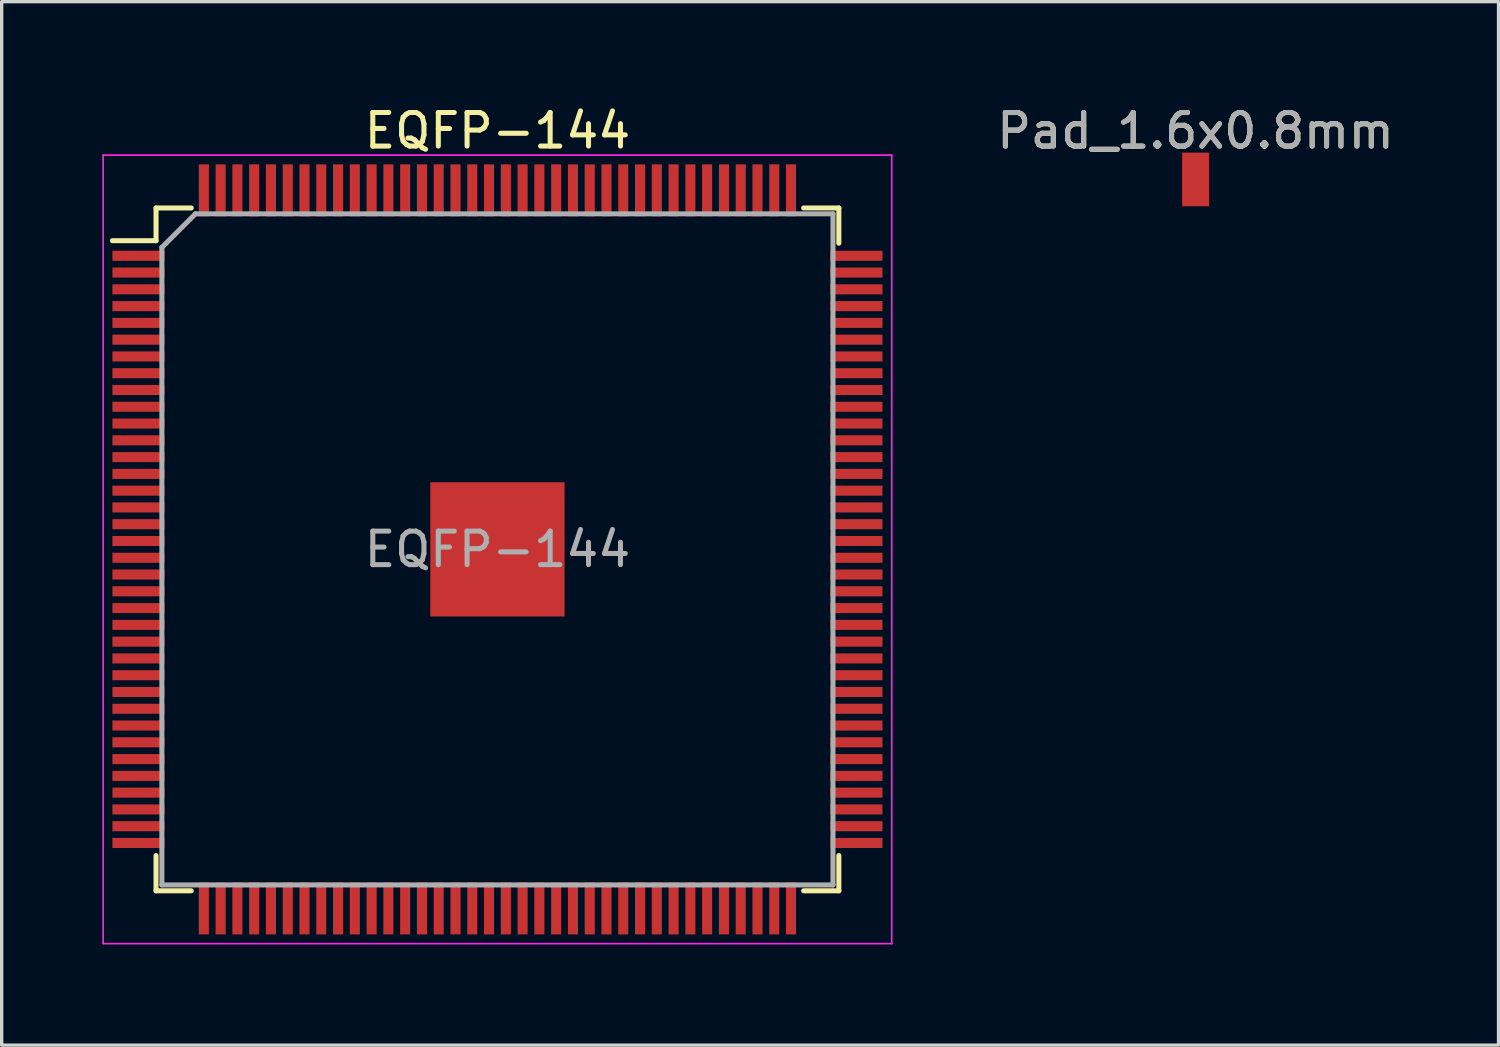
<source format=kicad_pcb>
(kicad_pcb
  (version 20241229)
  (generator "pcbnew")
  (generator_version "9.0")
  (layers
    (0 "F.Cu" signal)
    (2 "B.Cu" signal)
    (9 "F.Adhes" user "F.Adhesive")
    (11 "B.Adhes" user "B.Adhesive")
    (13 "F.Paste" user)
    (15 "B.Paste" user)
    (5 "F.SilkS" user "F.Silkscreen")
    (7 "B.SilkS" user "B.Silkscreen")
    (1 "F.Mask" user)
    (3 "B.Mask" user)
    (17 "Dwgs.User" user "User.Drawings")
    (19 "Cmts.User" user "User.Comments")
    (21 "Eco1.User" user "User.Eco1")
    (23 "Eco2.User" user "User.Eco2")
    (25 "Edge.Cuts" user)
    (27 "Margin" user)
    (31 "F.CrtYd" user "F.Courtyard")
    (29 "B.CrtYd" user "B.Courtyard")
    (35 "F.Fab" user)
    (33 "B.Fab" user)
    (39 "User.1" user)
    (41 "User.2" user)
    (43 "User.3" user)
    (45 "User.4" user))
  (footprint "EQFP-144"
    (layer "F.Cu")
    (at 11.775 13.323)
    (property "Reference" "EQFP-144" (at 0 -12.475 0) (layer "F.SilkS") (effects (font (size 1 1) (thickness 0.15))))
    (attr smd)
    (fp_line (start -10.175 -10.175) (end -10.175 -9.2) (stroke (width 0.15) (type solid)) (layer "F.SilkS"))
    (fp_line (start -10.175 -10.175) (end -9.125 -10.175) (stroke (width 0.15) (type solid)) (layer "F.SilkS"))
    (fp_line (start -10.175 -9.2) (end -11.475 -9.2) (stroke (width 0.15) (type solid)) (layer "F.SilkS"))
    (fp_line (start -10.175 10.175) (end -10.175 9.125) (stroke (width 0.15) (type solid)) (layer "F.SilkS"))
    (fp_line (start -10.175 10.175) (end -9.125 10.175) (stroke (width 0.15) (type solid)) (layer "F.SilkS"))
    (fp_line (start 10.175 -10.175) (end 9.125 -10.175) (stroke (width 0.15) (type solid)) (layer "F.SilkS"))
    (fp_line (start 10.175 -10.175) (end 10.175 -9.125) (stroke (width 0.15) (type solid)) (layer "F.SilkS"))
    (fp_line (start 10.175 10.175) (end 9.125 10.175) (stroke (width 0.15) (type solid)) (layer "F.SilkS"))
    (fp_line (start 10.175 10.175) (end 10.175 9.125) (stroke (width 0.15) (type solid)) (layer "F.SilkS"))
    (fp_line (start -11.75 -11.75) (end -11.75 11.75) (stroke (width 0.05) (type solid)) (layer "F.CrtYd"))
    (fp_line (start -11.75 -11.75) (end 11.75 -11.75) (stroke (width 0.05) (type solid)) (layer "F.CrtYd"))
    (fp_line (start -11.75 11.75) (end 11.75 11.75) (stroke (width 0.05) (type solid)) (layer "F.CrtYd"))
    (fp_line (start 11.75 -11.75) (end 11.75 11.75) (stroke (width 0.05) (type solid)) (layer "F.CrtYd"))
    (fp_line (start -10 -9) (end -9 -10) (stroke (width 0.15) (type solid)) (layer "F.Fab"))
    (fp_line (start -10 10) (end -10 -9) (stroke (width 0.15) (type solid)) (layer "F.Fab"))
    (fp_line (start -9 -10) (end 10 -10) (stroke (width 0.15) (type solid)) (layer "F.Fab"))
    (fp_line (start 10 -10) (end 10 10) (stroke (width 0.15) (type solid)) (layer "F.Fab"))
    (fp_line (start 10 10) (end -10 10) (stroke (width 0.15) (type solid)) (layer "F.Fab"))
    (fp_text user "${REFERENCE}" (at 0 0 0) (layer "F.Fab") (effects (font (size 1 1) (thickness 0.15))))
    (pad "" smd rect (at -1.34 -1.34) (size 1.04 1.04) (layers "F.Paste"))
    (pad "" smd rect (at -1.34 0) (size 1.04 1.04) (layers "F.Paste"))
    (pad "" smd rect (at -1.34 1.34) (size 1.04 1.04) (layers "F.Paste"))
    (pad "" smd rect (at 0 -1.34) (size 1.04 1.04) (layers "F.Paste"))
    (pad "" smd rect (at 0 0) (size 1.04 1.04) (layers "F.Paste"))
    (pad "" smd rect (at 0 1.34) (size 1.04 1.04) (layers "F.Paste"))
    (pad "" smd rect (at 1.34 -1.34) (size 1.04 1.04) (layers "F.Paste"))
    (pad "" smd rect (at 1.34 0) (size 1.04 1.04) (layers "F.Paste"))
    (pad "" smd rect (at 1.34 1.34) (size 1.04 1.04) (layers "F.Paste"))
    (pad "1" smd rect (at -10.7 -8.75) (size 1.55 0.3) (layers "F.Cu" "F.Mask" "F.Paste"))
    (pad "2" smd rect (at -10.7 -8.25) (size 1.55 0.3) (layers "F.Cu" "F.Mask" "F.Paste"))
    (pad "3" smd rect (at -10.7 -7.75) (size 1.55 0.3) (layers "F.Cu" "F.Mask" "F.Paste"))
    (pad "4" smd rect (at -10.7 -7.25) (size 1.55 0.3) (layers "F.Cu" "F.Mask" "F.Paste"))
    (pad "5" smd rect (at -10.7 -6.75) (size 1.55 0.3) (layers "F.Cu" "F.Mask" "F.Paste"))
    (pad "6" smd rect (at -10.7 -6.25) (size 1.55 0.3) (layers "F.Cu" "F.Mask" "F.Paste"))
    (pad "7" smd rect (at -10.7 -5.75) (size 1.55 0.3) (layers "F.Cu" "F.Mask" "F.Paste"))
    (pad "8" smd rect (at -10.7 -5.25) (size 1.55 0.3) (layers "F.Cu" "F.Mask" "F.Paste"))
    (pad "9" smd rect (at -10.7 -4.75) (size 1.55 0.3) (layers "F.Cu" "F.Mask" "F.Paste"))
    (pad "10" smd rect (at -10.7 -4.25) (size 1.55 0.3) (layers "F.Cu" "F.Mask" "F.Paste"))
    (pad "11" smd rect (at -10.7 -3.75) (size 1.55 0.3) (layers "F.Cu" "F.Mask" "F.Paste"))
    (pad "12" smd rect (at -10.7 -3.25) (size 1.55 0.3) (layers "F.Cu" "F.Mask" "F.Paste"))
    (pad "13" smd rect (at -10.7 -2.75) (size 1.55 0.3) (layers "F.Cu" "F.Mask" "F.Paste"))
    (pad "14" smd rect (at -10.7 -2.25) (size 1.55 0.3) (layers "F.Cu" "F.Mask" "F.Paste"))
    (pad "15" smd rect (at -10.7 -1.75) (size 1.55 0.3) (layers "F.Cu" "F.Mask" "F.Paste"))
    (pad "16" smd rect (at -10.7 -1.25) (size 1.55 0.3) (layers "F.Cu" "F.Mask" "F.Paste"))
    (pad "17" smd rect (at -10.7 -0.75) (size 1.55 0.3) (layers "F.Cu" "F.Mask" "F.Paste"))
    (pad "18" smd rect (at -10.7 -0.25) (size 1.55 0.3) (layers "F.Cu" "F.Mask" "F.Paste"))
    (pad "19" smd rect (at -10.7 0.25) (size 1.55 0.3) (layers "F.Cu" "F.Mask" "F.Paste"))
    (pad "20" smd rect (at -10.7 0.75) (size 1.55 0.3) (layers "F.Cu" "F.Mask" "F.Paste"))
    (pad "21" smd rect (at -10.7 1.25) (size 1.55 0.3) (layers "F.Cu" "F.Mask" "F.Paste"))
    (pad "22" smd rect (at -10.7 1.75) (size 1.55 0.3) (layers "F.Cu" "F.Mask" "F.Paste"))
    (pad "23" smd rect (at -10.7 2.25) (size 1.55 0.3) (layers "F.Cu" "F.Mask" "F.Paste"))
    (pad "24" smd rect (at -10.7 2.75) (size 1.55 0.3) (layers "F.Cu" "F.Mask" "F.Paste"))
    (pad "25" smd rect (at -10.7 3.25) (size 1.55 0.3) (layers "F.Cu" "F.Mask" "F.Paste"))
    (pad "26" smd rect (at -10.7 3.75) (size 1.55 0.3) (layers "F.Cu" "F.Mask" "F.Paste"))
    (pad "27" smd rect (at -10.7 4.25) (size 1.55 0.3) (layers "F.Cu" "F.Mask" "F.Paste"))
    (pad "28" smd rect (at -10.7 4.75) (size 1.55 0.3) (layers "F.Cu" "F.Mask" "F.Paste"))
    (pad "29" smd rect (at -10.7 5.25) (size 1.55 0.3) (layers "F.Cu" "F.Mask" "F.Paste"))
    (pad "30" smd rect (at -10.7 5.75) (size 1.55 0.3) (layers "F.Cu" "F.Mask" "F.Paste"))
    (pad "31" smd rect (at -10.7 6.25) (size 1.55 0.3) (layers "F.Cu" "F.Mask" "F.Paste"))
    (pad "32" smd rect (at -10.7 6.75) (size 1.55 0.3) (layers "F.Cu" "F.Mask" "F.Paste"))
    (pad "33" smd rect (at -10.7 7.25) (size 1.55 0.3) (layers "F.Cu" "F.Mask" "F.Paste"))
    (pad "34" smd rect (at -10.7 7.75) (size 1.55 0.3) (layers "F.Cu" "F.Mask" "F.Paste"))
    (pad "35" smd rect (at -10.7 8.25) (size 1.55 0.3) (layers "F.Cu" "F.Mask" "F.Paste"))
    (pad "36" smd rect (at -10.7 8.75) (size 1.55 0.3) (layers "F.Cu" "F.Mask" "F.Paste"))
    (pad "37" smd rect (at -8.75 10.7 90) (size 1.55 0.3) (layers "F.Cu" "F.Mask" "F.Paste"))
    (pad "38" smd rect (at -8.25 10.7 90) (size 1.55 0.3) (layers "F.Cu" "F.Mask" "F.Paste"))
    (pad "39" smd rect (at -7.75 10.7 90) (size 1.55 0.3) (layers "F.Cu" "F.Mask" "F.Paste"))
    (pad "40" smd rect (at -7.25 10.7 90) (size 1.55 0.3) (layers "F.Cu" "F.Mask" "F.Paste"))
    (pad "41" smd rect (at -6.75 10.7 90) (size 1.55 0.3) (layers "F.Cu" "F.Mask" "F.Paste"))
    (pad "42" smd rect (at -6.25 10.7 90) (size 1.55 0.3) (layers "F.Cu" "F.Mask" "F.Paste"))
    (pad "43" smd rect (at -5.75 10.7 90) (size 1.55 0.3) (layers "F.Cu" "F.Mask" "F.Paste"))
    (pad "44" smd rect (at -5.25 10.7 90) (size 1.55 0.3) (layers "F.Cu" "F.Mask" "F.Paste"))
    (pad "45" smd rect (at -4.75 10.7 90) (size 1.55 0.3) (layers "F.Cu" "F.Mask" "F.Paste"))
    (pad "46" smd rect (at -4.25 10.7 90) (size 1.55 0.3) (layers "F.Cu" "F.Mask" "F.Paste"))
    (pad "47" smd rect (at -3.75 10.7 90) (size 1.55 0.3) (layers "F.Cu" "F.Mask" "F.Paste"))
    (pad "48" smd rect (at -3.25 10.7 90) (size 1.55 0.3) (layers "F.Cu" "F.Mask" "F.Paste"))
    (pad "49" smd rect (at -2.75 10.7 90) (size 1.55 0.3) (layers "F.Cu" "F.Mask" "F.Paste"))
    (pad "50" smd rect (at -2.25 10.7 90) (size 1.55 0.3) (layers "F.Cu" "F.Mask" "F.Paste"))
    (pad "51" smd rect (at -1.75 10.7 90) (size 1.55 0.3) (layers "F.Cu" "F.Mask" "F.Paste"))
    (pad "52" smd rect (at -1.25 10.7 90) (size 1.55 0.3) (layers "F.Cu" "F.Mask" "F.Paste"))
    (pad "53" smd rect (at -0.75 10.7 90) (size 1.55 0.3) (layers "F.Cu" "F.Mask" "F.Paste"))
    (pad "54" smd rect (at -0.25 10.7 90) (size 1.55 0.3) (layers "F.Cu" "F.Mask" "F.Paste"))
    (pad "55" smd rect (at 0.25 10.7 90) (size 1.55 0.3) (layers "F.Cu" "F.Mask" "F.Paste"))
    (pad "56" smd rect (at 0.75 10.7 90) (size 1.55 0.3) (layers "F.Cu" "F.Mask" "F.Paste"))
    (pad "57" smd rect (at 1.25 10.7 90) (size 1.55 0.3) (layers "F.Cu" "F.Mask" "F.Paste"))
    (pad "58" smd rect (at 1.75 10.7 90) (size 1.55 0.3) (layers "F.Cu" "F.Mask" "F.Paste"))
    (pad "59" smd rect (at 2.25 10.7 90) (size 1.55 0.3) (layers "F.Cu" "F.Mask" "F.Paste"))
    (pad "60" smd rect (at 2.75 10.7 90) (size 1.55 0.3) (layers "F.Cu" "F.Mask" "F.Paste"))
    (pad "61" smd rect (at 3.25 10.7 90) (size 1.55 0.3) (layers "F.Cu" "F.Mask" "F.Paste"))
    (pad "62" smd rect (at 3.75 10.7 90) (size 1.55 0.3) (layers "F.Cu" "F.Mask" "F.Paste"))
    (pad "63" smd rect (at 4.25 10.7 90) (size 1.55 0.3) (layers "F.Cu" "F.Mask" "F.Paste"))
    (pad "64" smd rect (at 4.75 10.7 90) (size 1.55 0.3) (layers "F.Cu" "F.Mask" "F.Paste"))
    (pad "65" smd rect (at 5.25 10.7 90) (size 1.55 0.3) (layers "F.Cu" "F.Mask" "F.Paste"))
    (pad "66" smd rect (at 5.75 10.7 90) (size 1.55 0.3) (layers "F.Cu" "F.Mask" "F.Paste"))
    (pad "67" smd rect (at 6.25 10.7 90) (size 1.55 0.3) (layers "F.Cu" "F.Mask" "F.Paste"))
    (pad "68" smd rect (at 6.75 10.7 90) (size 1.55 0.3) (layers "F.Cu" "F.Mask" "F.Paste"))
    (pad "69" smd rect (at 7.25 10.7 90) (size 1.55 0.3) (layers "F.Cu" "F.Mask" "F.Paste"))
    (pad "70" smd rect (at 7.75 10.7 90) (size 1.55 0.3) (layers "F.Cu" "F.Mask" "F.Paste"))
    (pad "71" smd rect (at 8.25 10.7 90) (size 1.55 0.3) (layers "F.Cu" "F.Mask" "F.Paste"))
    (pad "72" smd rect (at 8.75 10.7 90) (size 1.55 0.3) (layers "F.Cu" "F.Mask" "F.Paste"))
    (pad "73" smd rect (at 10.7 8.75) (size 1.55 0.3) (layers "F.Cu" "F.Mask" "F.Paste"))
    (pad "74" smd rect (at 10.7 8.25) (size 1.55 0.3) (layers "F.Cu" "F.Mask" "F.Paste"))
    (pad "75" smd rect (at 10.7 7.75) (size 1.55 0.3) (layers "F.Cu" "F.Mask" "F.Paste"))
    (pad "76" smd rect (at 10.7 7.25) (size 1.55 0.3) (layers "F.Cu" "F.Mask" "F.Paste"))
    (pad "77" smd rect (at 10.7 6.75) (size 1.55 0.3) (layers "F.Cu" "F.Mask" "F.Paste"))
    (pad "78" smd rect (at 10.7 6.25) (size 1.55 0.3) (layers "F.Cu" "F.Mask" "F.Paste"))
    (pad "79" smd rect (at 10.7 5.75) (size 1.55 0.3) (layers "F.Cu" "F.Mask" "F.Paste"))
    (pad "80" smd rect (at 10.7 5.25) (size 1.55 0.3) (layers "F.Cu" "F.Mask" "F.Paste"))
    (pad "81" smd rect (at 10.7 4.75) (size 1.55 0.3) (layers "F.Cu" "F.Mask" "F.Paste"))
    (pad "82" smd rect (at 10.7 4.25) (size 1.55 0.3) (layers "F.Cu" "F.Mask" "F.Paste"))
    (pad "83" smd rect (at 10.7 3.75) (size 1.55 0.3) (layers "F.Cu" "F.Mask" "F.Paste"))
    (pad "84" smd rect (at 10.7 3.25) (size 1.55 0.3) (layers "F.Cu" "F.Mask" "F.Paste"))
    (pad "85" smd rect (at 10.7 2.75) (size 1.55 0.3) (layers "F.Cu" "F.Mask" "F.Paste"))
    (pad "86" smd rect (at 10.7 2.25) (size 1.55 0.3) (layers "F.Cu" "F.Mask" "F.Paste"))
    (pad "87" smd rect (at 10.7 1.75) (size 1.55 0.3) (layers "F.Cu" "F.Mask" "F.Paste"))
    (pad "88" smd rect (at 10.7 1.25) (size 1.55 0.3) (layers "F.Cu" "F.Mask" "F.Paste"))
    (pad "89" smd rect (at 10.7 0.75) (size 1.55 0.3) (layers "F.Cu" "F.Mask" "F.Paste"))
    (pad "90" smd rect (at 10.7 0.25) (size 1.55 0.3) (layers "F.Cu" "F.Mask" "F.Paste"))
    (pad "91" smd rect (at 10.7 -0.25) (size 1.55 0.3) (layers "F.Cu" "F.Mask" "F.Paste"))
    (pad "92" smd rect (at 10.7 -0.75) (size 1.55 0.3) (layers "F.Cu" "F.Mask" "F.Paste"))
    (pad "93" smd rect (at 10.7 -1.25) (size 1.55 0.3) (layers "F.Cu" "F.Mask" "F.Paste"))
    (pad "94" smd rect (at 10.7 -1.75) (size 1.55 0.3) (layers "F.Cu" "F.Mask" "F.Paste"))
    (pad "95" smd rect (at 10.7 -2.25) (size 1.55 0.3) (layers "F.Cu" "F.Mask" "F.Paste"))
    (pad "96" smd rect (at 10.7 -2.75) (size 1.55 0.3) (layers "F.Cu" "F.Mask" "F.Paste"))
    (pad "97" smd rect (at 10.7 -3.25) (size 1.55 0.3) (layers "F.Cu" "F.Mask" "F.Paste"))
    (pad "98" smd rect (at 10.7 -3.75) (size 1.55 0.3) (layers "F.Cu" "F.Mask" "F.Paste"))
    (pad "99" smd rect (at 10.7 -4.25) (size 1.55 0.3) (layers "F.Cu" "F.Mask" "F.Paste"))
    (pad "100" smd rect (at 10.7 -4.75) (size 1.55 0.3) (layers "F.Cu" "F.Mask" "F.Paste"))
    (pad "101" smd rect (at 10.7 -5.25) (size 1.55 0.3) (layers "F.Cu" "F.Mask" "F.Paste"))
    (pad "102" smd rect (at 10.7 -5.75) (size 1.55 0.3) (layers "F.Cu" "F.Mask" "F.Paste"))
    (pad "103" smd rect (at 10.7 -6.25) (size 1.55 0.3) (layers "F.Cu" "F.Mask" "F.Paste"))
    (pad "104" smd rect (at 10.7 -6.75) (size 1.55 0.3) (layers "F.Cu" "F.Mask" "F.Paste"))
    (pad "105" smd rect (at 10.7 -7.25) (size 1.55 0.3) (layers "F.Cu" "F.Mask" "F.Paste"))
    (pad "106" smd rect (at 10.7 -7.75) (size 1.55 0.3) (layers "F.Cu" "F.Mask" "F.Paste"))
    (pad "107" smd rect (at 10.7 -8.25) (size 1.55 0.3) (layers "F.Cu" "F.Mask" "F.Paste"))
    (pad "108" smd rect (at 10.7 -8.75) (size 1.55 0.3) (layers "F.Cu" "F.Mask" "F.Paste"))
    (pad "109" smd rect (at 8.75 -10.7 90) (size 1.55 0.3) (layers "F.Cu" "F.Mask" "F.Paste"))
    (pad "110" smd rect (at 8.25 -10.7 90) (size 1.55 0.3) (layers "F.Cu" "F.Mask" "F.Paste"))
    (pad "111" smd rect (at 7.75 -10.7 90) (size 1.55 0.3) (layers "F.Cu" "F.Mask" "F.Paste"))
    (pad "112" smd rect (at 7.25 -10.7 90) (size 1.55 0.3) (layers "F.Cu" "F.Mask" "F.Paste"))
    (pad "113" smd rect (at 6.75 -10.7 90) (size 1.55 0.3) (layers "F.Cu" "F.Mask" "F.Paste"))
    (pad "114" smd rect (at 6.25 -10.7 90) (size 1.55 0.3) (layers "F.Cu" "F.Mask" "F.Paste"))
    (pad "115" smd rect (at 5.75 -10.7 90) (size 1.55 0.3) (layers "F.Cu" "F.Mask" "F.Paste"))
    (pad "116" smd rect (at 5.25 -10.7 90) (size 1.55 0.3) (layers "F.Cu" "F.Mask" "F.Paste"))
    (pad "117" smd rect (at 4.75 -10.7 90) (size 1.55 0.3) (layers "F.Cu" "F.Mask" "F.Paste"))
    (pad "118" smd rect (at 4.25 -10.7 90) (size 1.55 0.3) (layers "F.Cu" "F.Mask" "F.Paste"))
    (pad "119" smd rect (at 3.75 -10.7 90) (size 1.55 0.3) (layers "F.Cu" "F.Mask" "F.Paste"))
    (pad "120" smd rect (at 3.25 -10.7 90) (size 1.55 0.3) (layers "F.Cu" "F.Mask" "F.Paste"))
    (pad "121" smd rect (at 2.75 -10.7 90) (size 1.55 0.3) (layers "F.Cu" "F.Mask" "F.Paste"))
    (pad "122" smd rect (at 2.25 -10.7 90) (size 1.55 0.3) (layers "F.Cu" "F.Mask" "F.Paste"))
    (pad "123" smd rect (at 1.75 -10.7 90) (size 1.55 0.3) (layers "F.Cu" "F.Mask" "F.Paste"))
    (pad "124" smd rect (at 1.25 -10.7 90) (size 1.55 0.3) (layers "F.Cu" "F.Mask" "F.Paste"))
    (pad "125" smd rect (at 0.75 -10.7 90) (size 1.55 0.3) (layers "F.Cu" "F.Mask" "F.Paste"))
    (pad "126" smd rect (at 0.25 -10.7 90) (size 1.55 0.3) (layers "F.Cu" "F.Mask" "F.Paste"))
    (pad "127" smd rect (at -0.25 -10.7 90) (size 1.55 0.3) (layers "F.Cu" "F.Mask" "F.Paste"))
    (pad "128" smd rect (at -0.75 -10.7 90) (size 1.55 0.3) (layers "F.Cu" "F.Mask" "F.Paste"))
    (pad "129" smd rect (at -1.25 -10.7 90) (size 1.55 0.3) (layers "F.Cu" "F.Mask" "F.Paste"))
    (pad "130" smd rect (at -1.75 -10.7 90) (size 1.55 0.3) (layers "F.Cu" "F.Mask" "F.Paste"))
    (pad "131" smd rect (at -2.25 -10.7 90) (size 1.55 0.3) (layers "F.Cu" "F.Mask" "F.Paste"))
    (pad "132" smd rect (at -2.75 -10.7 90) (size 1.55 0.3) (layers "F.Cu" "F.Mask" "F.Paste"))
    (pad "133" smd rect (at -3.25 -10.7 90) (size 1.55 0.3) (layers "F.Cu" "F.Mask" "F.Paste"))
    (pad "134" smd rect (at -3.75 -10.7 90) (size 1.55 0.3) (layers "F.Cu" "F.Mask" "F.Paste"))
    (pad "135" smd rect (at -4.25 -10.7 90) (size 1.55 0.3) (layers "F.Cu" "F.Mask" "F.Paste"))
    (pad "136" smd rect (at -4.75 -10.7 90) (size 1.55 0.3) (layers "F.Cu" "F.Mask" "F.Paste"))
    (pad "137" smd rect (at -5.25 -10.7 90) (size 1.55 0.3) (layers "F.Cu" "F.Mask" "F.Paste"))
    (pad "138" smd rect (at -5.75 -10.7 90) (size 1.55 0.3) (layers "F.Cu" "F.Mask" "F.Paste"))
    (pad "139" smd rect (at -6.25 -10.7 90) (size 1.55 0.3) (layers "F.Cu" "F.Mask" "F.Paste"))
    (pad "140" smd rect (at -6.75 -10.7 90) (size 1.55 0.3) (layers "F.Cu" "F.Mask" "F.Paste"))
    (pad "141" smd rect (at -7.25 -10.7 90) (size 1.55 0.3) (layers "F.Cu" "F.Mask" "F.Paste"))
    (pad "142" smd rect (at -7.75 -10.7 90) (size 1.55 0.3) (layers "F.Cu" "F.Mask" "F.Paste"))
    (pad "143" smd rect (at -8.25 -10.7 90) (size 1.55 0.3) (layers "F.Cu" "F.Mask" "F.Paste"))
    (pad "144" smd rect (at -8.75 -10.7 90) (size 1.55 0.3) (layers "F.Cu" "F.Mask" "F.Paste"))
    (pad "145" smd rect (at 0 0) (size 4 4) (layers "F.Cu" "F.Mask")))
  (footprint "Pad_1.6x0.8mm"
    (layer "F.Cu")
    (at 32.58 2.298)
    (property "Reference" "Pad_1.6x0.8mm" (at 0 -1.448 0) (layer "F.SilkS") (effects (font (size 1 1) (thickness 0.15))))
    (attr exclude_from_pos_files exclude_from_bom)
    (fp_text user "${REFERENCE}" (at 0 -1.45 0) (layer "F.Fab") (effects (font (size 1 1) (thickness 0.15))))
    (pad "1" smd rect (at 0 0) (size 0.8 1.6) (layers "F.Cu" "F.Mask")))
  (gr_rect
    (start -3 -3)
    (end 41.61 28.098)
    (stroke (width 0.1) (type default))
    (fill no)
    (layer "Edge.Cuts")))
</source>
